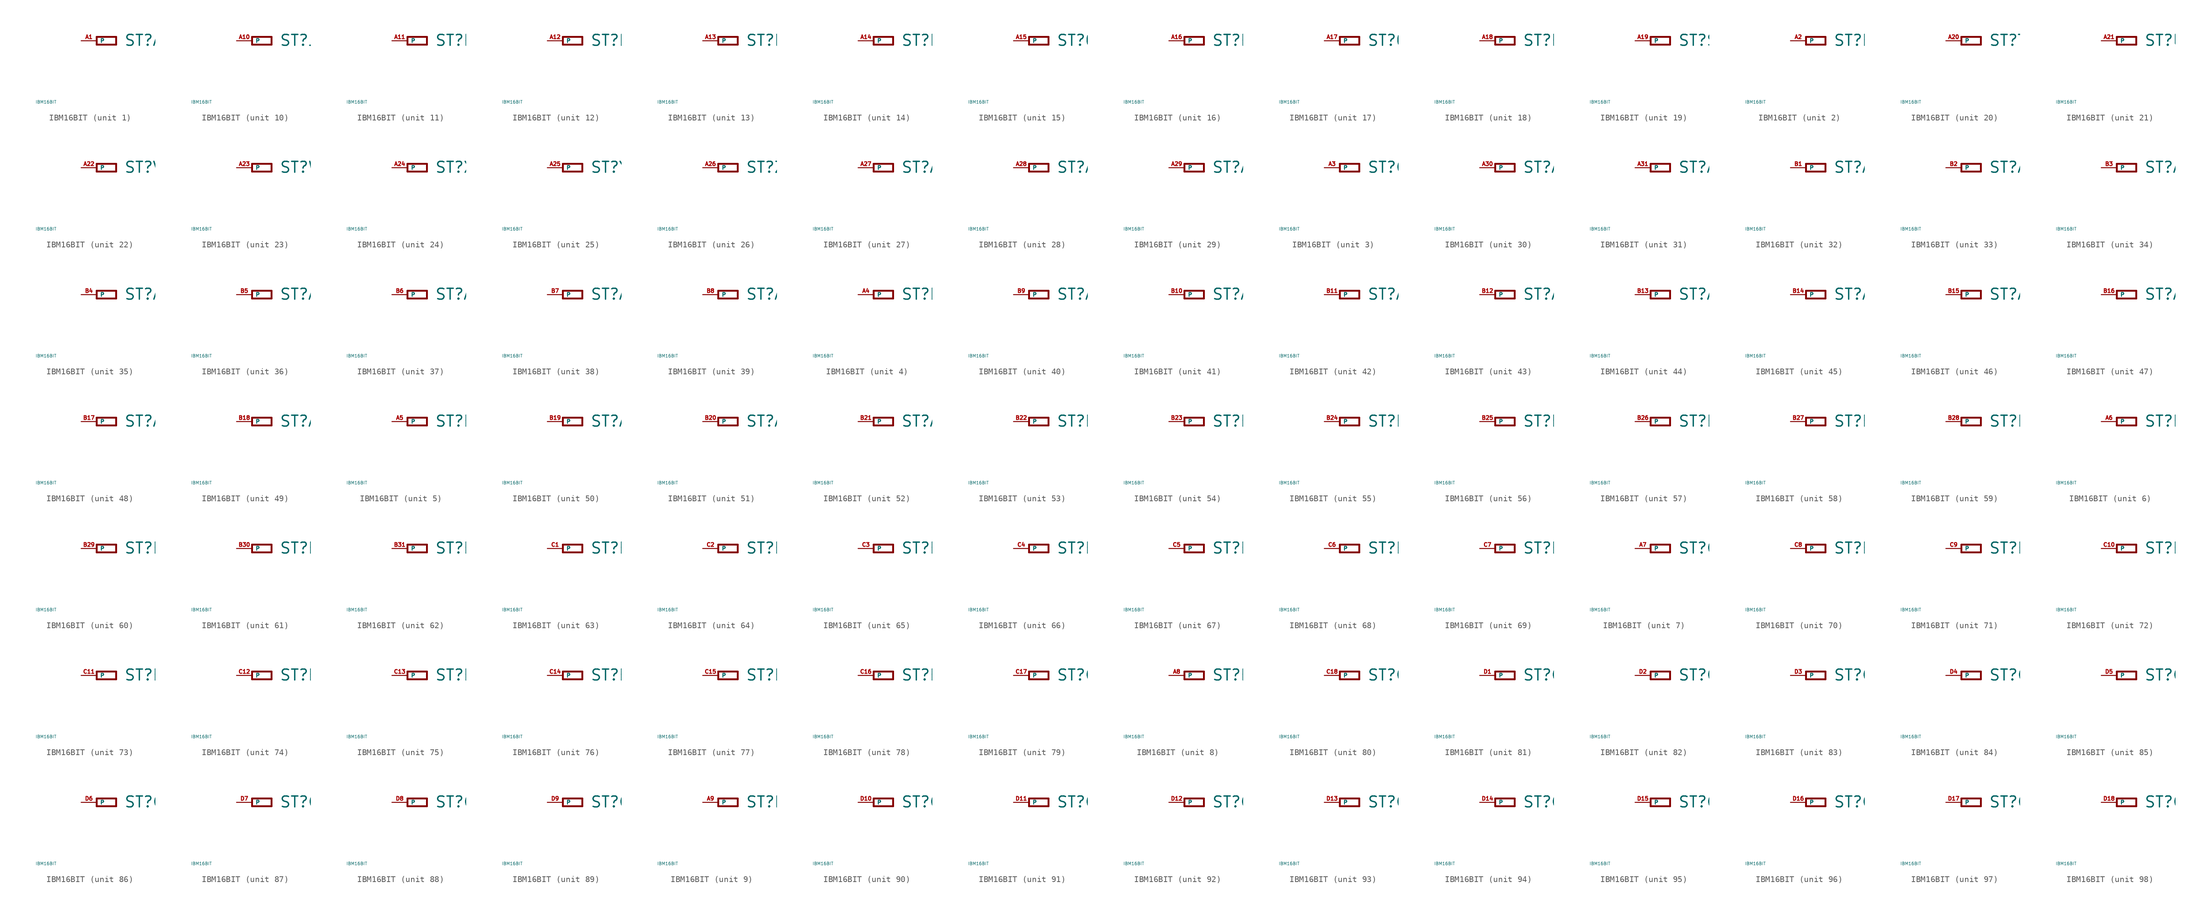
<source format=kicad_sym>
(kicad_symbol_lib
  (version 20220914)
  (generator Eagle2Kicad)
  (symbol "IBM16BIT"
    (property "Reference" "ST"
      (at 4.445 -0.965 0)
      (effects (font (size 1.778 1.778) (thickness 0.22)) (justify left bottom)))
    (property "Value" "IBM16BIT"
      (at -10 -10 0)
      (effects (font (size 0.5 0.5) (thickness 0.06)) (justify left)))
    (symbol "IBM16BIT_1_0"
      (polyline (pts (xy 0 0.635) (xy 3.175 0.635)) (stroke (width 0.305) (type default)) (fill (type none)))
      (polyline (pts (xy 3.175 0.635) (xy 3.175 -0.635)) (stroke (width 0.305) (type default)) (fill (type none)))
      (polyline (pts (xy 3.175 -0.635) (xy 0 -0.635)) (stroke (width 0.305) (type default)) (fill (type none)))
      (polyline (pts (xy 0 -0.635) (xy 0 0.635)) (stroke (width 0.305) (type default)) (fill (type none)))
      (pin bidirectional line (at -2.54 0 0) (length 2.54) (name "P" (effects (font (size 0.635 0.635) (thickness 0.08)) (justify left bottom))) (number "A1" (effects (font (size 0.635 0.635) (thickness 0.08)) (justify left bottom)))))
    (symbol "IBM16BIT_2_0"
      (polyline (pts (xy 0 0.635) (xy 3.175 0.635)) (stroke (width 0.305) (type default)) (fill (type none)))
      (polyline (pts (xy 3.175 0.635) (xy 3.175 -0.635)) (stroke (width 0.305) (type default)) (fill (type none)))
      (polyline (pts (xy 3.175 -0.635) (xy 0 -0.635)) (stroke (width 0.305) (type default)) (fill (type none)))
      (polyline (pts (xy 0 -0.635) (xy 0 0.635)) (stroke (width 0.305) (type default)) (fill (type none)))
      (pin bidirectional line (at -2.54 0 0) (length 2.54) (name "P" (effects (font (size 0.635 0.635) (thickness 0.08)) (justify left bottom))) (number "A2" (effects (font (size 0.635 0.635) (thickness 0.08)) (justify left bottom)))))
    (symbol "IBM16BIT_3_0"
      (polyline (pts (xy 0 0.635) (xy 3.175 0.635)) (stroke (width 0.305) (type default)) (fill (type none)))
      (polyline (pts (xy 3.175 0.635) (xy 3.175 -0.635)) (stroke (width 0.305) (type default)) (fill (type none)))
      (polyline (pts (xy 3.175 -0.635) (xy 0 -0.635)) (stroke (width 0.305) (type default)) (fill (type none)))
      (polyline (pts (xy 0 -0.635) (xy 0 0.635)) (stroke (width 0.305) (type default)) (fill (type none)))
      (pin bidirectional line (at -2.54 0 0) (length 2.54) (name "P" (effects (font (size 0.635 0.635) (thickness 0.08)) (justify left bottom))) (number "A3" (effects (font (size 0.635 0.635) (thickness 0.08)) (justify left bottom)))))
    (symbol "IBM16BIT_4_0"
      (polyline (pts (xy 0 0.635) (xy 3.175 0.635)) (stroke (width 0.305) (type default)) (fill (type none)))
      (polyline (pts (xy 3.175 0.635) (xy 3.175 -0.635)) (stroke (width 0.305) (type default)) (fill (type none)))
      (polyline (pts (xy 3.175 -0.635) (xy 0 -0.635)) (stroke (width 0.305) (type default)) (fill (type none)))
      (polyline (pts (xy 0 -0.635) (xy 0 0.635)) (stroke (width 0.305) (type default)) (fill (type none)))
      (pin bidirectional line (at -2.54 0 0) (length 2.54) (name "P" (effects (font (size 0.635 0.635) (thickness 0.08)) (justify left bottom))) (number "A4" (effects (font (size 0.635 0.635) (thickness 0.08)) (justify left bottom)))))
    (symbol "IBM16BIT_5_0"
      (polyline (pts (xy 0 0.635) (xy 3.175 0.635)) (stroke (width 0.305) (type default)) (fill (type none)))
      (polyline (pts (xy 3.175 0.635) (xy 3.175 -0.635)) (stroke (width 0.305) (type default)) (fill (type none)))
      (polyline (pts (xy 3.175 -0.635) (xy 0 -0.635)) (stroke (width 0.305) (type default)) (fill (type none)))
      (polyline (pts (xy 0 -0.635) (xy 0 0.635)) (stroke (width 0.305) (type default)) (fill (type none)))
      (pin bidirectional line (at -2.54 0 0) (length 2.54) (name "P" (effects (font (size 0.635 0.635) (thickness 0.08)) (justify left bottom))) (number "A5" (effects (font (size 0.635 0.635) (thickness 0.08)) (justify left bottom)))))
    (symbol "IBM16BIT_6_0"
      (polyline (pts (xy 0 0.635) (xy 3.175 0.635)) (stroke (width 0.305) (type default)) (fill (type none)))
      (polyline (pts (xy 3.175 0.635) (xy 3.175 -0.635)) (stroke (width 0.305) (type default)) (fill (type none)))
      (polyline (pts (xy 3.175 -0.635) (xy 0 -0.635)) (stroke (width 0.305) (type default)) (fill (type none)))
      (polyline (pts (xy 0 -0.635) (xy 0 0.635)) (stroke (width 0.305) (type default)) (fill (type none)))
      (pin bidirectional line (at -2.54 0 0) (length 2.54) (name "P" (effects (font (size 0.635 0.635) (thickness 0.08)) (justify left bottom))) (number "A6" (effects (font (size 0.635 0.635) (thickness 0.08)) (justify left bottom)))))
    (symbol "IBM16BIT_7_0"
      (polyline (pts (xy 0 0.635) (xy 3.175 0.635)) (stroke (width 0.305) (type default)) (fill (type none)))
      (polyline (pts (xy 3.175 0.635) (xy 3.175 -0.635)) (stroke (width 0.305) (type default)) (fill (type none)))
      (polyline (pts (xy 3.175 -0.635) (xy 0 -0.635)) (stroke (width 0.305) (type default)) (fill (type none)))
      (polyline (pts (xy 0 -0.635) (xy 0 0.635)) (stroke (width 0.305) (type default)) (fill (type none)))
      (pin bidirectional line (at -2.54 0 0) (length 2.54) (name "P" (effects (font (size 0.635 0.635) (thickness 0.08)) (justify left bottom))) (number "A7" (effects (font (size 0.635 0.635) (thickness 0.08)) (justify left bottom)))))
    (symbol "IBM16BIT_8_0"
      (polyline (pts (xy 0 0.635) (xy 3.175 0.635)) (stroke (width 0.305) (type default)) (fill (type none)))
      (polyline (pts (xy 3.175 0.635) (xy 3.175 -0.635)) (stroke (width 0.305) (type default)) (fill (type none)))
      (polyline (pts (xy 3.175 -0.635) (xy 0 -0.635)) (stroke (width 0.305) (type default)) (fill (type none)))
      (polyline (pts (xy 0 -0.635) (xy 0 0.635)) (stroke (width 0.305) (type default)) (fill (type none)))
      (pin bidirectional line (at -2.54 0 0) (length 2.54) (name "P" (effects (font (size 0.635 0.635) (thickness 0.08)) (justify left bottom))) (number "A8" (effects (font (size 0.635 0.635) (thickness 0.08)) (justify left bottom)))))
    (symbol "IBM16BIT_9_0"
      (polyline (pts (xy 0 0.635) (xy 3.175 0.635)) (stroke (width 0.305) (type default)) (fill (type none)))
      (polyline (pts (xy 3.175 0.635) (xy 3.175 -0.635)) (stroke (width 0.305) (type default)) (fill (type none)))
      (polyline (pts (xy 3.175 -0.635) (xy 0 -0.635)) (stroke (width 0.305) (type default)) (fill (type none)))
      (polyline (pts (xy 0 -0.635) (xy 0 0.635)) (stroke (width 0.305) (type default)) (fill (type none)))
      (pin bidirectional line (at -2.54 0 0) (length 2.54) (name "P" (effects (font (size 0.635 0.635) (thickness 0.08)) (justify left bottom))) (number "A9" (effects (font (size 0.635 0.635) (thickness 0.08)) (justify left bottom)))))
    (symbol "IBM16BIT_10_0"
      (polyline (pts (xy 0 0.635) (xy 3.175 0.635)) (stroke (width 0.305) (type default)) (fill (type none)))
      (polyline (pts (xy 3.175 0.635) (xy 3.175 -0.635)) (stroke (width 0.305) (type default)) (fill (type none)))
      (polyline (pts (xy 3.175 -0.635) (xy 0 -0.635)) (stroke (width 0.305) (type default)) (fill (type none)))
      (polyline (pts (xy 0 -0.635) (xy 0 0.635)) (stroke (width 0.305) (type default)) (fill (type none)))
      (pin bidirectional line (at -2.54 0 0) (length 2.54) (name "P" (effects (font (size 0.635 0.635) (thickness 0.08)) (justify left bottom))) (number "A10" (effects (font (size 0.635 0.635) (thickness 0.08)) (justify left bottom)))))
    (symbol "IBM16BIT_11_0"
      (polyline (pts (xy 0 0.635) (xy 3.175 0.635)) (stroke (width 0.305) (type default)) (fill (type none)))
      (polyline (pts (xy 3.175 0.635) (xy 3.175 -0.635)) (stroke (width 0.305) (type default)) (fill (type none)))
      (polyline (pts (xy 3.175 -0.635) (xy 0 -0.635)) (stroke (width 0.305) (type default)) (fill (type none)))
      (polyline (pts (xy 0 -0.635) (xy 0 0.635)) (stroke (width 0.305) (type default)) (fill (type none)))
      (pin bidirectional line (at -2.54 0 0) (length 2.54) (name "P" (effects (font (size 0.635 0.635) (thickness 0.08)) (justify left bottom))) (number "A11" (effects (font (size 0.635 0.635) (thickness 0.08)) (justify left bottom)))))
    (symbol "IBM16BIT_12_0"
      (polyline (pts (xy 0 0.635) (xy 3.175 0.635)) (stroke (width 0.305) (type default)) (fill (type none)))
      (polyline (pts (xy 3.175 0.635) (xy 3.175 -0.635)) (stroke (width 0.305) (type default)) (fill (type none)))
      (polyline (pts (xy 3.175 -0.635) (xy 0 -0.635)) (stroke (width 0.305) (type default)) (fill (type none)))
      (polyline (pts (xy 0 -0.635) (xy 0 0.635)) (stroke (width 0.305) (type default)) (fill (type none)))
      (pin bidirectional line (at -2.54 0 0) (length 2.54) (name "P" (effects (font (size 0.635 0.635) (thickness 0.08)) (justify left bottom))) (number "A12" (effects (font (size 0.635 0.635) (thickness 0.08)) (justify left bottom)))))
    (symbol "IBM16BIT_13_0"
      (polyline (pts (xy 0 0.635) (xy 3.175 0.635)) (stroke (width 0.305) (type default)) (fill (type none)))
      (polyline (pts (xy 3.175 0.635) (xy 3.175 -0.635)) (stroke (width 0.305) (type default)) (fill (type none)))
      (polyline (pts (xy 3.175 -0.635) (xy 0 -0.635)) (stroke (width 0.305) (type default)) (fill (type none)))
      (polyline (pts (xy 0 -0.635) (xy 0 0.635)) (stroke (width 0.305) (type default)) (fill (type none)))
      (pin bidirectional line (at -2.54 0 0) (length 2.54) (name "P" (effects (font (size 0.635 0.635) (thickness 0.08)) (justify left bottom))) (number "A13" (effects (font (size 0.635 0.635) (thickness 0.08)) (justify left bottom)))))
    (symbol "IBM16BIT_14_0"
      (polyline (pts (xy 0 0.635) (xy 3.175 0.635)) (stroke (width 0.305) (type default)) (fill (type none)))
      (polyline (pts (xy 3.175 0.635) (xy 3.175 -0.635)) (stroke (width 0.305) (type default)) (fill (type none)))
      (polyline (pts (xy 3.175 -0.635) (xy 0 -0.635)) (stroke (width 0.305) (type default)) (fill (type none)))
      (polyline (pts (xy 0 -0.635) (xy 0 0.635)) (stroke (width 0.305) (type default)) (fill (type none)))
      (pin bidirectional line (at -2.54 0 0) (length 2.54) (name "P" (effects (font (size 0.635 0.635) (thickness 0.08)) (justify left bottom))) (number "A14" (effects (font (size 0.635 0.635) (thickness 0.08)) (justify left bottom)))))
    (symbol "IBM16BIT_15_0"
      (polyline (pts (xy 0 0.635) (xy 3.175 0.635)) (stroke (width 0.305) (type default)) (fill (type none)))
      (polyline (pts (xy 3.175 0.635) (xy 3.175 -0.635)) (stroke (width 0.305) (type default)) (fill (type none)))
      (polyline (pts (xy 3.175 -0.635) (xy 0 -0.635)) (stroke (width 0.305) (type default)) (fill (type none)))
      (polyline (pts (xy 0 -0.635) (xy 0 0.635)) (stroke (width 0.305) (type default)) (fill (type none)))
      (pin bidirectional line (at -2.54 0 0) (length 2.54) (name "P" (effects (font (size 0.635 0.635) (thickness 0.08)) (justify left bottom))) (number "A15" (effects (font (size 0.635 0.635) (thickness 0.08)) (justify left bottom)))))
    (symbol "IBM16BIT_16_0"
      (polyline (pts (xy 0 0.635) (xy 3.175 0.635)) (stroke (width 0.305) (type default)) (fill (type none)))
      (polyline (pts (xy 3.175 0.635) (xy 3.175 -0.635)) (stroke (width 0.305) (type default)) (fill (type none)))
      (polyline (pts (xy 3.175 -0.635) (xy 0 -0.635)) (stroke (width 0.305) (type default)) (fill (type none)))
      (polyline (pts (xy 0 -0.635) (xy 0 0.635)) (stroke (width 0.305) (type default)) (fill (type none)))
      (pin bidirectional line (at -2.54 0 0) (length 2.54) (name "P" (effects (font (size 0.635 0.635) (thickness 0.08)) (justify left bottom))) (number "A16" (effects (font (size 0.635 0.635) (thickness 0.08)) (justify left bottom)))))
    (symbol "IBM16BIT_17_0"
      (polyline (pts (xy 0 0.635) (xy 3.175 0.635)) (stroke (width 0.305) (type default)) (fill (type none)))
      (polyline (pts (xy 3.175 0.635) (xy 3.175 -0.635)) (stroke (width 0.305) (type default)) (fill (type none)))
      (polyline (pts (xy 3.175 -0.635) (xy 0 -0.635)) (stroke (width 0.305) (type default)) (fill (type none)))
      (polyline (pts (xy 0 -0.635) (xy 0 0.635)) (stroke (width 0.305) (type default)) (fill (type none)))
      (pin bidirectional line (at -2.54 0 0) (length 2.54) (name "P" (effects (font (size 0.635 0.635) (thickness 0.08)) (justify left bottom))) (number "A17" (effects (font (size 0.635 0.635) (thickness 0.08)) (justify left bottom)))))
    (symbol "IBM16BIT_18_0"
      (polyline (pts (xy 0 0.635) (xy 3.175 0.635)) (stroke (width 0.305) (type default)) (fill (type none)))
      (polyline (pts (xy 3.175 0.635) (xy 3.175 -0.635)) (stroke (width 0.305) (type default)) (fill (type none)))
      (polyline (pts (xy 3.175 -0.635) (xy 0 -0.635)) (stroke (width 0.305) (type default)) (fill (type none)))
      (polyline (pts (xy 0 -0.635) (xy 0 0.635)) (stroke (width 0.305) (type default)) (fill (type none)))
      (pin bidirectional line (at -2.54 0 0) (length 2.54) (name "P" (effects (font (size 0.635 0.635) (thickness 0.08)) (justify left bottom))) (number "A18" (effects (font (size 0.635 0.635) (thickness 0.08)) (justify left bottom)))))
    (symbol "IBM16BIT_19_0"
      (polyline (pts (xy 0 0.635) (xy 3.175 0.635)) (stroke (width 0.305) (type default)) (fill (type none)))
      (polyline (pts (xy 3.175 0.635) (xy 3.175 -0.635)) (stroke (width 0.305) (type default)) (fill (type none)))
      (polyline (pts (xy 3.175 -0.635) (xy 0 -0.635)) (stroke (width 0.305) (type default)) (fill (type none)))
      (polyline (pts (xy 0 -0.635) (xy 0 0.635)) (stroke (width 0.305) (type default)) (fill (type none)))
      (pin bidirectional line (at -2.54 0 0) (length 2.54) (name "P" (effects (font (size 0.635 0.635) (thickness 0.08)) (justify left bottom))) (number "A19" (effects (font (size 0.635 0.635) (thickness 0.08)) (justify left bottom)))))
    (symbol "IBM16BIT_20_0"
      (polyline (pts (xy 0 0.635) (xy 3.175 0.635)) (stroke (width 0.305) (type default)) (fill (type none)))
      (polyline (pts (xy 3.175 0.635) (xy 3.175 -0.635)) (stroke (width 0.305) (type default)) (fill (type none)))
      (polyline (pts (xy 3.175 -0.635) (xy 0 -0.635)) (stroke (width 0.305) (type default)) (fill (type none)))
      (polyline (pts (xy 0 -0.635) (xy 0 0.635)) (stroke (width 0.305) (type default)) (fill (type none)))
      (pin bidirectional line (at -2.54 0 0) (length 2.54) (name "P" (effects (font (size 0.635 0.635) (thickness 0.08)) (justify left bottom))) (number "A20" (effects (font (size 0.635 0.635) (thickness 0.08)) (justify left bottom)))))
    (symbol "IBM16BIT_21_0"
      (polyline (pts (xy 0 0.635) (xy 3.175 0.635)) (stroke (width 0.305) (type default)) (fill (type none)))
      (polyline (pts (xy 3.175 0.635) (xy 3.175 -0.635)) (stroke (width 0.305) (type default)) (fill (type none)))
      (polyline (pts (xy 3.175 -0.635) (xy 0 -0.635)) (stroke (width 0.305) (type default)) (fill (type none)))
      (polyline (pts (xy 0 -0.635) (xy 0 0.635)) (stroke (width 0.305) (type default)) (fill (type none)))
      (pin bidirectional line (at -2.54 0 0) (length 2.54) (name "P" (effects (font (size 0.635 0.635) (thickness 0.08)) (justify left bottom))) (number "A21" (effects (font (size 0.635 0.635) (thickness 0.08)) (justify left bottom)))))
    (symbol "IBM16BIT_22_0"
      (polyline (pts (xy 0 0.635) (xy 3.175 0.635)) (stroke (width 0.305) (type default)) (fill (type none)))
      (polyline (pts (xy 3.175 0.635) (xy 3.175 -0.635)) (stroke (width 0.305) (type default)) (fill (type none)))
      (polyline (pts (xy 3.175 -0.635) (xy 0 -0.635)) (stroke (width 0.305) (type default)) (fill (type none)))
      (polyline (pts (xy 0 -0.635) (xy 0 0.635)) (stroke (width 0.305) (type default)) (fill (type none)))
      (pin bidirectional line (at -2.54 0 0) (length 2.54) (name "P" (effects (font (size 0.635 0.635) (thickness 0.08)) (justify left bottom))) (number "A22" (effects (font (size 0.635 0.635) (thickness 0.08)) (justify left bottom)))))
    (symbol "IBM16BIT_23_0"
      (polyline (pts (xy 0 0.635) (xy 3.175 0.635)) (stroke (width 0.305) (type default)) (fill (type none)))
      (polyline (pts (xy 3.175 0.635) (xy 3.175 -0.635)) (stroke (width 0.305) (type default)) (fill (type none)))
      (polyline (pts (xy 3.175 -0.635) (xy 0 -0.635)) (stroke (width 0.305) (type default)) (fill (type none)))
      (polyline (pts (xy 0 -0.635) (xy 0 0.635)) (stroke (width 0.305) (type default)) (fill (type none)))
      (pin bidirectional line (at -2.54 0 0) (length 2.54) (name "P" (effects (font (size 0.635 0.635) (thickness 0.08)) (justify left bottom))) (number "A23" (effects (font (size 0.635 0.635) (thickness 0.08)) (justify left bottom)))))
    (symbol "IBM16BIT_24_0"
      (polyline (pts (xy 0 0.635) (xy 3.175 0.635)) (stroke (width 0.305) (type default)) (fill (type none)))
      (polyline (pts (xy 3.175 0.635) (xy 3.175 -0.635)) (stroke (width 0.305) (type default)) (fill (type none)))
      (polyline (pts (xy 3.175 -0.635) (xy 0 -0.635)) (stroke (width 0.305) (type default)) (fill (type none)))
      (polyline (pts (xy 0 -0.635) (xy 0 0.635)) (stroke (width 0.305) (type default)) (fill (type none)))
      (pin bidirectional line (at -2.54 0 0) (length 2.54) (name "P" (effects (font (size 0.635 0.635) (thickness 0.08)) (justify left bottom))) (number "A24" (effects (font (size 0.635 0.635) (thickness 0.08)) (justify left bottom)))))
    (symbol "IBM16BIT_25_0"
      (polyline (pts (xy 0 0.635) (xy 3.175 0.635)) (stroke (width 0.305) (type default)) (fill (type none)))
      (polyline (pts (xy 3.175 0.635) (xy 3.175 -0.635)) (stroke (width 0.305) (type default)) (fill (type none)))
      (polyline (pts (xy 3.175 -0.635) (xy 0 -0.635)) (stroke (width 0.305) (type default)) (fill (type none)))
      (polyline (pts (xy 0 -0.635) (xy 0 0.635)) (stroke (width 0.305) (type default)) (fill (type none)))
      (pin bidirectional line (at -2.54 0 0) (length 2.54) (name "P" (effects (font (size 0.635 0.635) (thickness 0.08)) (justify left bottom))) (number "A25" (effects (font (size 0.635 0.635) (thickness 0.08)) (justify left bottom)))))
    (symbol "IBM16BIT_26_0"
      (polyline (pts (xy 0 0.635) (xy 3.175 0.635)) (stroke (width 0.305) (type default)) (fill (type none)))
      (polyline (pts (xy 3.175 0.635) (xy 3.175 -0.635)) (stroke (width 0.305) (type default)) (fill (type none)))
      (polyline (pts (xy 3.175 -0.635) (xy 0 -0.635)) (stroke (width 0.305) (type default)) (fill (type none)))
      (polyline (pts (xy 0 -0.635) (xy 0 0.635)) (stroke (width 0.305) (type default)) (fill (type none)))
      (pin bidirectional line (at -2.54 0 0) (length 2.54) (name "P" (effects (font (size 0.635 0.635) (thickness 0.08)) (justify left bottom))) (number "A26" (effects (font (size 0.635 0.635) (thickness 0.08)) (justify left bottom)))))
    (symbol "IBM16BIT_27_0"
      (polyline (pts (xy 0 0.635) (xy 3.175 0.635)) (stroke (width 0.305) (type default)) (fill (type none)))
      (polyline (pts (xy 3.175 0.635) (xy 3.175 -0.635)) (stroke (width 0.305) (type default)) (fill (type none)))
      (polyline (pts (xy 3.175 -0.635) (xy 0 -0.635)) (stroke (width 0.305) (type default)) (fill (type none)))
      (polyline (pts (xy 0 -0.635) (xy 0 0.635)) (stroke (width 0.305) (type default)) (fill (type none)))
      (pin bidirectional line (at -2.54 0 0) (length 2.54) (name "P" (effects (font (size 0.635 0.635) (thickness 0.08)) (justify left bottom))) (number "A27" (effects (font (size 0.635 0.635) (thickness 0.08)) (justify left bottom)))))
    (symbol "IBM16BIT_28_0"
      (polyline (pts (xy 0 0.635) (xy 3.175 0.635)) (stroke (width 0.305) (type default)) (fill (type none)))
      (polyline (pts (xy 3.175 0.635) (xy 3.175 -0.635)) (stroke (width 0.305) (type default)) (fill (type none)))
      (polyline (pts (xy 3.175 -0.635) (xy 0 -0.635)) (stroke (width 0.305) (type default)) (fill (type none)))
      (polyline (pts (xy 0 -0.635) (xy 0 0.635)) (stroke (width 0.305) (type default)) (fill (type none)))
      (pin bidirectional line (at -2.54 0 0) (length 2.54) (name "P" (effects (font (size 0.635 0.635) (thickness 0.08)) (justify left bottom))) (number "A28" (effects (font (size 0.635 0.635) (thickness 0.08)) (justify left bottom)))))
    (symbol "IBM16BIT_29_0"
      (polyline (pts (xy 0 0.635) (xy 3.175 0.635)) (stroke (width 0.305) (type default)) (fill (type none)))
      (polyline (pts (xy 3.175 0.635) (xy 3.175 -0.635)) (stroke (width 0.305) (type default)) (fill (type none)))
      (polyline (pts (xy 3.175 -0.635) (xy 0 -0.635)) (stroke (width 0.305) (type default)) (fill (type none)))
      (polyline (pts (xy 0 -0.635) (xy 0 0.635)) (stroke (width 0.305) (type default)) (fill (type none)))
      (pin bidirectional line (at -2.54 0 0) (length 2.54) (name "P" (effects (font (size 0.635 0.635) (thickness 0.08)) (justify left bottom))) (number "A29" (effects (font (size 0.635 0.635) (thickness 0.08)) (justify left bottom)))))
    (symbol "IBM16BIT_30_0"
      (polyline (pts (xy 0 0.635) (xy 3.175 0.635)) (stroke (width 0.305) (type default)) (fill (type none)))
      (polyline (pts (xy 3.175 0.635) (xy 3.175 -0.635)) (stroke (width 0.305) (type default)) (fill (type none)))
      (polyline (pts (xy 3.175 -0.635) (xy 0 -0.635)) (stroke (width 0.305) (type default)) (fill (type none)))
      (polyline (pts (xy 0 -0.635) (xy 0 0.635)) (stroke (width 0.305) (type default)) (fill (type none)))
      (pin bidirectional line (at -2.54 0 0) (length 2.54) (name "P" (effects (font (size 0.635 0.635) (thickness 0.08)) (justify left bottom))) (number "A30" (effects (font (size 0.635 0.635) (thickness 0.08)) (justify left bottom)))))
    (symbol "IBM16BIT_31_0"
      (polyline (pts (xy 0 0.635) (xy 3.175 0.635)) (stroke (width 0.305) (type default)) (fill (type none)))
      (polyline (pts (xy 3.175 0.635) (xy 3.175 -0.635)) (stroke (width 0.305) (type default)) (fill (type none)))
      (polyline (pts (xy 3.175 -0.635) (xy 0 -0.635)) (stroke (width 0.305) (type default)) (fill (type none)))
      (polyline (pts (xy 0 -0.635) (xy 0 0.635)) (stroke (width 0.305) (type default)) (fill (type none)))
      (pin bidirectional line (at -2.54 0 0) (length 2.54) (name "P" (effects (font (size 0.635 0.635) (thickness 0.08)) (justify left bottom))) (number "A31" (effects (font (size 0.635 0.635) (thickness 0.08)) (justify left bottom)))))
    (symbol "IBM16BIT_32_0"
      (polyline (pts (xy 0 0.635) (xy 3.175 0.635)) (stroke (width 0.305) (type default)) (fill (type none)))
      (polyline (pts (xy 3.175 0.635) (xy 3.175 -0.635)) (stroke (width 0.305) (type default)) (fill (type none)))
      (polyline (pts (xy 3.175 -0.635) (xy 0 -0.635)) (stroke (width 0.305) (type default)) (fill (type none)))
      (polyline (pts (xy 0 -0.635) (xy 0 0.635)) (stroke (width 0.305) (type default)) (fill (type none)))
      (pin bidirectional line (at -2.54 0 0) (length 2.54) (name "P" (effects (font (size 0.635 0.635) (thickness 0.08)) (justify left bottom))) (number "B1" (effects (font (size 0.635 0.635) (thickness 0.08)) (justify left bottom)))))
    (symbol "IBM16BIT_33_0"
      (polyline (pts (xy 0 0.635) (xy 3.175 0.635)) (stroke (width 0.305) (type default)) (fill (type none)))
      (polyline (pts (xy 3.175 0.635) (xy 3.175 -0.635)) (stroke (width 0.305) (type default)) (fill (type none)))
      (polyline (pts (xy 3.175 -0.635) (xy 0 -0.635)) (stroke (width 0.305) (type default)) (fill (type none)))
      (polyline (pts (xy 0 -0.635) (xy 0 0.635)) (stroke (width 0.305) (type default)) (fill (type none)))
      (pin bidirectional line (at -2.54 0 0) (length 2.54) (name "P" (effects (font (size 0.635 0.635) (thickness 0.08)) (justify left bottom))) (number "B2" (effects (font (size 0.635 0.635) (thickness 0.08)) (justify left bottom)))))
    (symbol "IBM16BIT_34_0"
      (polyline (pts (xy 0 0.635) (xy 3.175 0.635)) (stroke (width 0.305) (type default)) (fill (type none)))
      (polyline (pts (xy 3.175 0.635) (xy 3.175 -0.635)) (stroke (width 0.305) (type default)) (fill (type none)))
      (polyline (pts (xy 3.175 -0.635) (xy 0 -0.635)) (stroke (width 0.305) (type default)) (fill (type none)))
      (polyline (pts (xy 0 -0.635) (xy 0 0.635)) (stroke (width 0.305) (type default)) (fill (type none)))
      (pin bidirectional line (at -2.54 0 0) (length 2.54) (name "P" (effects (font (size 0.635 0.635) (thickness 0.08)) (justify left bottom))) (number "B3" (effects (font (size 0.635 0.635) (thickness 0.08)) (justify left bottom)))))
    (symbol "IBM16BIT_35_0"
      (polyline (pts (xy 0 0.635) (xy 3.175 0.635)) (stroke (width 0.305) (type default)) (fill (type none)))
      (polyline (pts (xy 3.175 0.635) (xy 3.175 -0.635)) (stroke (width 0.305) (type default)) (fill (type none)))
      (polyline (pts (xy 3.175 -0.635) (xy 0 -0.635)) (stroke (width 0.305) (type default)) (fill (type none)))
      (polyline (pts (xy 0 -0.635) (xy 0 0.635)) (stroke (width 0.305) (type default)) (fill (type none)))
      (pin bidirectional line (at -2.54 0 0) (length 2.54) (name "P" (effects (font (size 0.635 0.635) (thickness 0.08)) (justify left bottom))) (number "B4" (effects (font (size 0.635 0.635) (thickness 0.08)) (justify left bottom)))))
    (symbol "IBM16BIT_36_0"
      (polyline (pts (xy 0 0.635) (xy 3.175 0.635)) (stroke (width 0.305) (type default)) (fill (type none)))
      (polyline (pts (xy 3.175 0.635) (xy 3.175 -0.635)) (stroke (width 0.305) (type default)) (fill (type none)))
      (polyline (pts (xy 3.175 -0.635) (xy 0 -0.635)) (stroke (width 0.305) (type default)) (fill (type none)))
      (polyline (pts (xy 0 -0.635) (xy 0 0.635)) (stroke (width 0.305) (type default)) (fill (type none)))
      (pin bidirectional line (at -2.54 0 0) (length 2.54) (name "P" (effects (font (size 0.635 0.635) (thickness 0.08)) (justify left bottom))) (number "B5" (effects (font (size 0.635 0.635) (thickness 0.08)) (justify left bottom)))))
    (symbol "IBM16BIT_37_0"
      (polyline (pts (xy 0 0.635) (xy 3.175 0.635)) (stroke (width 0.305) (type default)) (fill (type none)))
      (polyline (pts (xy 3.175 0.635) (xy 3.175 -0.635)) (stroke (width 0.305) (type default)) (fill (type none)))
      (polyline (pts (xy 3.175 -0.635) (xy 0 -0.635)) (stroke (width 0.305) (type default)) (fill (type none)))
      (polyline (pts (xy 0 -0.635) (xy 0 0.635)) (stroke (width 0.305) (type default)) (fill (type none)))
      (pin bidirectional line (at -2.54 0 0) (length 2.54) (name "P" (effects (font (size 0.635 0.635) (thickness 0.08)) (justify left bottom))) (number "B6" (effects (font (size 0.635 0.635) (thickness 0.08)) (justify left bottom)))))
    (symbol "IBM16BIT_38_0"
      (polyline (pts (xy 0 0.635) (xy 3.175 0.635)) (stroke (width 0.305) (type default)) (fill (type none)))
      (polyline (pts (xy 3.175 0.635) (xy 3.175 -0.635)) (stroke (width 0.305) (type default)) (fill (type none)))
      (polyline (pts (xy 3.175 -0.635) (xy 0 -0.635)) (stroke (width 0.305) (type default)) (fill (type none)))
      (polyline (pts (xy 0 -0.635) (xy 0 0.635)) (stroke (width 0.305) (type default)) (fill (type none)))
      (pin bidirectional line (at -2.54 0 0) (length 2.54) (name "P" (effects (font (size 0.635 0.635) (thickness 0.08)) (justify left bottom))) (number "B7" (effects (font (size 0.635 0.635) (thickness 0.08)) (justify left bottom)))))
    (symbol "IBM16BIT_39_0"
      (polyline (pts (xy 0 0.635) (xy 3.175 0.635)) (stroke (width 0.305) (type default)) (fill (type none)))
      (polyline (pts (xy 3.175 0.635) (xy 3.175 -0.635)) (stroke (width 0.305) (type default)) (fill (type none)))
      (polyline (pts (xy 3.175 -0.635) (xy 0 -0.635)) (stroke (width 0.305) (type default)) (fill (type none)))
      (polyline (pts (xy 0 -0.635) (xy 0 0.635)) (stroke (width 0.305) (type default)) (fill (type none)))
      (pin bidirectional line (at -2.54 0 0) (length 2.54) (name "P" (effects (font (size 0.635 0.635) (thickness 0.08)) (justify left bottom))) (number "B8" (effects (font (size 0.635 0.635) (thickness 0.08)) (justify left bottom)))))
    (symbol "IBM16BIT_40_0"
      (polyline (pts (xy 0 0.635) (xy 3.175 0.635)) (stroke (width 0.305) (type default)) (fill (type none)))
      (polyline (pts (xy 3.175 0.635) (xy 3.175 -0.635)) (stroke (width 0.305) (type default)) (fill (type none)))
      (polyline (pts (xy 3.175 -0.635) (xy 0 -0.635)) (stroke (width 0.305) (type default)) (fill (type none)))
      (polyline (pts (xy 0 -0.635) (xy 0 0.635)) (stroke (width 0.305) (type default)) (fill (type none)))
      (pin bidirectional line (at -2.54 0 0) (length 2.54) (name "P" (effects (font (size 0.635 0.635) (thickness 0.08)) (justify left bottom))) (number "B9" (effects (font (size 0.635 0.635) (thickness 0.08)) (justify left bottom)))))
    (symbol "IBM16BIT_41_0"
      (polyline (pts (xy 0 0.635) (xy 3.175 0.635)) (stroke (width 0.305) (type default)) (fill (type none)))
      (polyline (pts (xy 3.175 0.635) (xy 3.175 -0.635)) (stroke (width 0.305) (type default)) (fill (type none)))
      (polyline (pts (xy 3.175 -0.635) (xy 0 -0.635)) (stroke (width 0.305) (type default)) (fill (type none)))
      (polyline (pts (xy 0 -0.635) (xy 0 0.635)) (stroke (width 0.305) (type default)) (fill (type none)))
      (pin bidirectional line (at -2.54 0 0) (length 2.54) (name "P" (effects (font (size 0.635 0.635) (thickness 0.08)) (justify left bottom))) (number "B10" (effects (font (size 0.635 0.635) (thickness 0.08)) (justify left bottom)))))
    (symbol "IBM16BIT_42_0"
      (polyline (pts (xy 0 0.635) (xy 3.175 0.635)) (stroke (width 0.305) (type default)) (fill (type none)))
      (polyline (pts (xy 3.175 0.635) (xy 3.175 -0.635)) (stroke (width 0.305) (type default)) (fill (type none)))
      (polyline (pts (xy 3.175 -0.635) (xy 0 -0.635)) (stroke (width 0.305) (type default)) (fill (type none)))
      (polyline (pts (xy 0 -0.635) (xy 0 0.635)) (stroke (width 0.305) (type default)) (fill (type none)))
      (pin bidirectional line (at -2.54 0 0) (length 2.54) (name "P" (effects (font (size 0.635 0.635) (thickness 0.08)) (justify left bottom))) (number "B11" (effects (font (size 0.635 0.635) (thickness 0.08)) (justify left bottom)))))
    (symbol "IBM16BIT_43_0"
      (polyline (pts (xy 0 0.635) (xy 3.175 0.635)) (stroke (width 0.305) (type default)) (fill (type none)))
      (polyline (pts (xy 3.175 0.635) (xy 3.175 -0.635)) (stroke (width 0.305) (type default)) (fill (type none)))
      (polyline (pts (xy 3.175 -0.635) (xy 0 -0.635)) (stroke (width 0.305) (type default)) (fill (type none)))
      (polyline (pts (xy 0 -0.635) (xy 0 0.635)) (stroke (width 0.305) (type default)) (fill (type none)))
      (pin bidirectional line (at -2.54 0 0) (length 2.54) (name "P" (effects (font (size 0.635 0.635) (thickness 0.08)) (justify left bottom))) (number "B12" (effects (font (size 0.635 0.635) (thickness 0.08)) (justify left bottom)))))
    (symbol "IBM16BIT_44_0"
      (polyline (pts (xy 0 0.635) (xy 3.175 0.635)) (stroke (width 0.305) (type default)) (fill (type none)))
      (polyline (pts (xy 3.175 0.635) (xy 3.175 -0.635)) (stroke (width 0.305) (type default)) (fill (type none)))
      (polyline (pts (xy 3.175 -0.635) (xy 0 -0.635)) (stroke (width 0.305) (type default)) (fill (type none)))
      (polyline (pts (xy 0 -0.635) (xy 0 0.635)) (stroke (width 0.305) (type default)) (fill (type none)))
      (pin bidirectional line (at -2.54 0 0) (length 2.54) (name "P" (effects (font (size 0.635 0.635) (thickness 0.08)) (justify left bottom))) (number "B13" (effects (font (size 0.635 0.635) (thickness 0.08)) (justify left bottom)))))
    (symbol "IBM16BIT_45_0"
      (polyline (pts (xy 0 0.635) (xy 3.175 0.635)) (stroke (width 0.305) (type default)) (fill (type none)))
      (polyline (pts (xy 3.175 0.635) (xy 3.175 -0.635)) (stroke (width 0.305) (type default)) (fill (type none)))
      (polyline (pts (xy 3.175 -0.635) (xy 0 -0.635)) (stroke (width 0.305) (type default)) (fill (type none)))
      (polyline (pts (xy 0 -0.635) (xy 0 0.635)) (stroke (width 0.305) (type default)) (fill (type none)))
      (pin bidirectional line (at -2.54 0 0) (length 2.54) (name "P" (effects (font (size 0.635 0.635) (thickness 0.08)) (justify left bottom))) (number "B14" (effects (font (size 0.635 0.635) (thickness 0.08)) (justify left bottom)))))
    (symbol "IBM16BIT_46_0"
      (polyline (pts (xy 0 0.635) (xy 3.175 0.635)) (stroke (width 0.305) (type default)) (fill (type none)))
      (polyline (pts (xy 3.175 0.635) (xy 3.175 -0.635)) (stroke (width 0.305) (type default)) (fill (type none)))
      (polyline (pts (xy 3.175 -0.635) (xy 0 -0.635)) (stroke (width 0.305) (type default)) (fill (type none)))
      (polyline (pts (xy 0 -0.635) (xy 0 0.635)) (stroke (width 0.305) (type default)) (fill (type none)))
      (pin bidirectional line (at -2.54 0 0) (length 2.54) (name "P" (effects (font (size 0.635 0.635) (thickness 0.08)) (justify left bottom))) (number "B15" (effects (font (size 0.635 0.635) (thickness 0.08)) (justify left bottom)))))
    (symbol "IBM16BIT_47_0"
      (polyline (pts (xy 0 0.635) (xy 3.175 0.635)) (stroke (width 0.305) (type default)) (fill (type none)))
      (polyline (pts (xy 3.175 0.635) (xy 3.175 -0.635)) (stroke (width 0.305) (type default)) (fill (type none)))
      (polyline (pts (xy 3.175 -0.635) (xy 0 -0.635)) (stroke (width 0.305) (type default)) (fill (type none)))
      (polyline (pts (xy 0 -0.635) (xy 0 0.635)) (stroke (width 0.305) (type default)) (fill (type none)))
      (pin bidirectional line (at -2.54 0 0) (length 2.54) (name "P" (effects (font (size 0.635 0.635) (thickness 0.08)) (justify left bottom))) (number "B16" (effects (font (size 0.635 0.635) (thickness 0.08)) (justify left bottom)))))
    (symbol "IBM16BIT_48_0"
      (polyline (pts (xy 0 0.635) (xy 3.175 0.635)) (stroke (width 0.305) (type default)) (fill (type none)))
      (polyline (pts (xy 3.175 0.635) (xy 3.175 -0.635)) (stroke (width 0.305) (type default)) (fill (type none)))
      (polyline (pts (xy 3.175 -0.635) (xy 0 -0.635)) (stroke (width 0.305) (type default)) (fill (type none)))
      (polyline (pts (xy 0 -0.635) (xy 0 0.635)) (stroke (width 0.305) (type default)) (fill (type none)))
      (pin bidirectional line (at -2.54 0 0) (length 2.54) (name "P" (effects (font (size 0.635 0.635) (thickness 0.08)) (justify left bottom))) (number "B17" (effects (font (size 0.635 0.635) (thickness 0.08)) (justify left bottom)))))
    (symbol "IBM16BIT_49_0"
      (polyline (pts (xy 0 0.635) (xy 3.175 0.635)) (stroke (width 0.305) (type default)) (fill (type none)))
      (polyline (pts (xy 3.175 0.635) (xy 3.175 -0.635)) (stroke (width 0.305) (type default)) (fill (type none)))
      (polyline (pts (xy 3.175 -0.635) (xy 0 -0.635)) (stroke (width 0.305) (type default)) (fill (type none)))
      (polyline (pts (xy 0 -0.635) (xy 0 0.635)) (stroke (width 0.305) (type default)) (fill (type none)))
      (pin bidirectional line (at -2.54 0 0) (length 2.54) (name "P" (effects (font (size 0.635 0.635) (thickness 0.08)) (justify left bottom))) (number "B18" (effects (font (size 0.635 0.635) (thickness 0.08)) (justify left bottom)))))
    (symbol "IBM16BIT_50_0"
      (polyline (pts (xy 0 0.635) (xy 3.175 0.635)) (stroke (width 0.305) (type default)) (fill (type none)))
      (polyline (pts (xy 3.175 0.635) (xy 3.175 -0.635)) (stroke (width 0.305) (type default)) (fill (type none)))
      (polyline (pts (xy 3.175 -0.635) (xy 0 -0.635)) (stroke (width 0.305) (type default)) (fill (type none)))
      (polyline (pts (xy 0 -0.635) (xy 0 0.635)) (stroke (width 0.305) (type default)) (fill (type none)))
      (pin bidirectional line (at -2.54 0 0) (length 2.54) (name "P" (effects (font (size 0.635 0.635) (thickness 0.08)) (justify left bottom))) (number "B19" (effects (font (size 0.635 0.635) (thickness 0.08)) (justify left bottom)))))
    (symbol "IBM16BIT_51_0"
      (polyline (pts (xy 0 0.635) (xy 3.175 0.635)) (stroke (width 0.305) (type default)) (fill (type none)))
      (polyline (pts (xy 3.175 0.635) (xy 3.175 -0.635)) (stroke (width 0.305) (type default)) (fill (type none)))
      (polyline (pts (xy 3.175 -0.635) (xy 0 -0.635)) (stroke (width 0.305) (type default)) (fill (type none)))
      (polyline (pts (xy 0 -0.635) (xy 0 0.635)) (stroke (width 0.305) (type default)) (fill (type none)))
      (pin bidirectional line (at -2.54 0 0) (length 2.54) (name "P" (effects (font (size 0.635 0.635) (thickness 0.08)) (justify left bottom))) (number "B20" (effects (font (size 0.635 0.635) (thickness 0.08)) (justify left bottom)))))
    (symbol "IBM16BIT_52_0"
      (polyline (pts (xy 0 0.635) (xy 3.175 0.635)) (stroke (width 0.305) (type default)) (fill (type none)))
      (polyline (pts (xy 3.175 0.635) (xy 3.175 -0.635)) (stroke (width 0.305) (type default)) (fill (type none)))
      (polyline (pts (xy 3.175 -0.635) (xy 0 -0.635)) (stroke (width 0.305) (type default)) (fill (type none)))
      (polyline (pts (xy 0 -0.635) (xy 0 0.635)) (stroke (width 0.305) (type default)) (fill (type none)))
      (pin bidirectional line (at -2.54 0 0) (length 2.54) (name "P" (effects (font (size 0.635 0.635) (thickness 0.08)) (justify left bottom))) (number "B21" (effects (font (size 0.635 0.635) (thickness 0.08)) (justify left bottom)))))
    (symbol "IBM16BIT_53_0"
      (polyline (pts (xy 0 0.635) (xy 3.175 0.635)) (stroke (width 0.305) (type default)) (fill (type none)))
      (polyline (pts (xy 3.175 0.635) (xy 3.175 -0.635)) (stroke (width 0.305) (type default)) (fill (type none)))
      (polyline (pts (xy 3.175 -0.635) (xy 0 -0.635)) (stroke (width 0.305) (type default)) (fill (type none)))
      (polyline (pts (xy 0 -0.635) (xy 0 0.635)) (stroke (width 0.305) (type default)) (fill (type none)))
      (pin bidirectional line (at -2.54 0 0) (length 2.54) (name "P" (effects (font (size 0.635 0.635) (thickness 0.08)) (justify left bottom))) (number "B22" (effects (font (size 0.635 0.635) (thickness 0.08)) (justify left bottom)))))
    (symbol "IBM16BIT_54_0"
      (polyline (pts (xy 0 0.635) (xy 3.175 0.635)) (stroke (width 0.305) (type default)) (fill (type none)))
      (polyline (pts (xy 3.175 0.635) (xy 3.175 -0.635)) (stroke (width 0.305) (type default)) (fill (type none)))
      (polyline (pts (xy 3.175 -0.635) (xy 0 -0.635)) (stroke (width 0.305) (type default)) (fill (type none)))
      (polyline (pts (xy 0 -0.635) (xy 0 0.635)) (stroke (width 0.305) (type default)) (fill (type none)))
      (pin bidirectional line (at -2.54 0 0) (length 2.54) (name "P" (effects (font (size 0.635 0.635) (thickness 0.08)) (justify left bottom))) (number "B23" (effects (font (size 0.635 0.635) (thickness 0.08)) (justify left bottom)))))
    (symbol "IBM16BIT_55_0"
      (polyline (pts (xy 0 0.635) (xy 3.175 0.635)) (stroke (width 0.305) (type default)) (fill (type none)))
      (polyline (pts (xy 3.175 0.635) (xy 3.175 -0.635)) (stroke (width 0.305) (type default)) (fill (type none)))
      (polyline (pts (xy 3.175 -0.635) (xy 0 -0.635)) (stroke (width 0.305) (type default)) (fill (type none)))
      (polyline (pts (xy 0 -0.635) (xy 0 0.635)) (stroke (width 0.305) (type default)) (fill (type none)))
      (pin bidirectional line (at -2.54 0 0) (length 2.54) (name "P" (effects (font (size 0.635 0.635) (thickness 0.08)) (justify left bottom))) (number "B24" (effects (font (size 0.635 0.635) (thickness 0.08)) (justify left bottom)))))
    (symbol "IBM16BIT_56_0"
      (polyline (pts (xy 0 0.635) (xy 3.175 0.635)) (stroke (width 0.305) (type default)) (fill (type none)))
      (polyline (pts (xy 3.175 0.635) (xy 3.175 -0.635)) (stroke (width 0.305) (type default)) (fill (type none)))
      (polyline (pts (xy 3.175 -0.635) (xy 0 -0.635)) (stroke (width 0.305) (type default)) (fill (type none)))
      (polyline (pts (xy 0 -0.635) (xy 0 0.635)) (stroke (width 0.305) (type default)) (fill (type none)))
      (pin bidirectional line (at -2.54 0 0) (length 2.54) (name "P" (effects (font (size 0.635 0.635) (thickness 0.08)) (justify left bottom))) (number "B25" (effects (font (size 0.635 0.635) (thickness 0.08)) (justify left bottom)))))
    (symbol "IBM16BIT_57_0"
      (polyline (pts (xy 0 0.635) (xy 3.175 0.635)) (stroke (width 0.305) (type default)) (fill (type none)))
      (polyline (pts (xy 3.175 0.635) (xy 3.175 -0.635)) (stroke (width 0.305) (type default)) (fill (type none)))
      (polyline (pts (xy 3.175 -0.635) (xy 0 -0.635)) (stroke (width 0.305) (type default)) (fill (type none)))
      (polyline (pts (xy 0 -0.635) (xy 0 0.635)) (stroke (width 0.305) (type default)) (fill (type none)))
      (pin bidirectional line (at -2.54 0 0) (length 2.54) (name "P" (effects (font (size 0.635 0.635) (thickness 0.08)) (justify left bottom))) (number "B26" (effects (font (size 0.635 0.635) (thickness 0.08)) (justify left bottom)))))
    (symbol "IBM16BIT_58_0"
      (polyline (pts (xy 0 0.635) (xy 3.175 0.635)) (stroke (width 0.305) (type default)) (fill (type none)))
      (polyline (pts (xy 3.175 0.635) (xy 3.175 -0.635)) (stroke (width 0.305) (type default)) (fill (type none)))
      (polyline (pts (xy 3.175 -0.635) (xy 0 -0.635)) (stroke (width 0.305) (type default)) (fill (type none)))
      (polyline (pts (xy 0 -0.635) (xy 0 0.635)) (stroke (width 0.305) (type default)) (fill (type none)))
      (pin bidirectional line (at -2.54 0 0) (length 2.54) (name "P" (effects (font (size 0.635 0.635) (thickness 0.08)) (justify left bottom))) (number "B27" (effects (font (size 0.635 0.635) (thickness 0.08)) (justify left bottom)))))
    (symbol "IBM16BIT_59_0"
      (polyline (pts (xy 0 0.635) (xy 3.175 0.635)) (stroke (width 0.305) (type default)) (fill (type none)))
      (polyline (pts (xy 3.175 0.635) (xy 3.175 -0.635)) (stroke (width 0.305) (type default)) (fill (type none)))
      (polyline (pts (xy 3.175 -0.635) (xy 0 -0.635)) (stroke (width 0.305) (type default)) (fill (type none)))
      (polyline (pts (xy 0 -0.635) (xy 0 0.635)) (stroke (width 0.305) (type default)) (fill (type none)))
      (pin bidirectional line (at -2.54 0 0) (length 2.54) (name "P" (effects (font (size 0.635 0.635) (thickness 0.08)) (justify left bottom))) (number "B28" (effects (font (size 0.635 0.635) (thickness 0.08)) (justify left bottom)))))
    (symbol "IBM16BIT_60_0"
      (polyline (pts (xy 0 0.635) (xy 3.175 0.635)) (stroke (width 0.305) (type default)) (fill (type none)))
      (polyline (pts (xy 3.175 0.635) (xy 3.175 -0.635)) (stroke (width 0.305) (type default)) (fill (type none)))
      (polyline (pts (xy 3.175 -0.635) (xy 0 -0.635)) (stroke (width 0.305) (type default)) (fill (type none)))
      (polyline (pts (xy 0 -0.635) (xy 0 0.635)) (stroke (width 0.305) (type default)) (fill (type none)))
      (pin bidirectional line (at -2.54 0 0) (length 2.54) (name "P" (effects (font (size 0.635 0.635) (thickness 0.08)) (justify left bottom))) (number "B29" (effects (font (size 0.635 0.635) (thickness 0.08)) (justify left bottom)))))
    (symbol "IBM16BIT_61_0"
      (polyline (pts (xy 0 0.635) (xy 3.175 0.635)) (stroke (width 0.305) (type default)) (fill (type none)))
      (polyline (pts (xy 3.175 0.635) (xy 3.175 -0.635)) (stroke (width 0.305) (type default)) (fill (type none)))
      (polyline (pts (xy 3.175 -0.635) (xy 0 -0.635)) (stroke (width 0.305) (type default)) (fill (type none)))
      (polyline (pts (xy 0 -0.635) (xy 0 0.635)) (stroke (width 0.305) (type default)) (fill (type none)))
      (pin bidirectional line (at -2.54 0 0) (length 2.54) (name "P" (effects (font (size 0.635 0.635) (thickness 0.08)) (justify left bottom))) (number "B30" (effects (font (size 0.635 0.635) (thickness 0.08)) (justify left bottom)))))
    (symbol "IBM16BIT_62_0"
      (polyline (pts (xy 0 0.635) (xy 3.175 0.635)) (stroke (width 0.305) (type default)) (fill (type none)))
      (polyline (pts (xy 3.175 0.635) (xy 3.175 -0.635)) (stroke (width 0.305) (type default)) (fill (type none)))
      (polyline (pts (xy 3.175 -0.635) (xy 0 -0.635)) (stroke (width 0.305) (type default)) (fill (type none)))
      (polyline (pts (xy 0 -0.635) (xy 0 0.635)) (stroke (width 0.305) (type default)) (fill (type none)))
      (pin bidirectional line (at -2.54 0 0) (length 2.54) (name "P" (effects (font (size 0.635 0.635) (thickness 0.08)) (justify left bottom))) (number "B31" (effects (font (size 0.635 0.635) (thickness 0.08)) (justify left bottom)))))
    (symbol "IBM16BIT_63_0"
      (polyline (pts (xy 0 0.635) (xy 3.175 0.635)) (stroke (width 0.305) (type default)) (fill (type none)))
      (polyline (pts (xy 3.175 0.635) (xy 3.175 -0.635)) (stroke (width 0.305) (type default)) (fill (type none)))
      (polyline (pts (xy 3.175 -0.635) (xy 0 -0.635)) (stroke (width 0.305) (type default)) (fill (type none)))
      (polyline (pts (xy 0 -0.635) (xy 0 0.635)) (stroke (width 0.305) (type default)) (fill (type none)))
      (pin bidirectional line (at -2.54 0 0) (length 2.54) (name "P" (effects (font (size 0.635 0.635) (thickness 0.08)) (justify left bottom))) (number "C1" (effects (font (size 0.635 0.635) (thickness 0.08)) (justify left bottom)))))
    (symbol "IBM16BIT_64_0"
      (polyline (pts (xy 0 0.635) (xy 3.175 0.635)) (stroke (width 0.305) (type default)) (fill (type none)))
      (polyline (pts (xy 3.175 0.635) (xy 3.175 -0.635)) (stroke (width 0.305) (type default)) (fill (type none)))
      (polyline (pts (xy 3.175 -0.635) (xy 0 -0.635)) (stroke (width 0.305) (type default)) (fill (type none)))
      (polyline (pts (xy 0 -0.635) (xy 0 0.635)) (stroke (width 0.305) (type default)) (fill (type none)))
      (pin bidirectional line (at -2.54 0 0) (length 2.54) (name "P" (effects (font (size 0.635 0.635) (thickness 0.08)) (justify left bottom))) (number "C2" (effects (font (size 0.635 0.635) (thickness 0.08)) (justify left bottom)))))
    (symbol "IBM16BIT_65_0"
      (polyline (pts (xy 0 0.635) (xy 3.175 0.635)) (stroke (width 0.305) (type default)) (fill (type none)))
      (polyline (pts (xy 3.175 0.635) (xy 3.175 -0.635)) (stroke (width 0.305) (type default)) (fill (type none)))
      (polyline (pts (xy 3.175 -0.635) (xy 0 -0.635)) (stroke (width 0.305) (type default)) (fill (type none)))
      (polyline (pts (xy 0 -0.635) (xy 0 0.635)) (stroke (width 0.305) (type default)) (fill (type none)))
      (pin bidirectional line (at -2.54 0 0) (length 2.54) (name "P" (effects (font (size 0.635 0.635) (thickness 0.08)) (justify left bottom))) (number "C3" (effects (font (size 0.635 0.635) (thickness 0.08)) (justify left bottom)))))
    (symbol "IBM16BIT_66_0"
      (polyline (pts (xy 0 0.635) (xy 3.175 0.635)) (stroke (width 0.305) (type default)) (fill (type none)))
      (polyline (pts (xy 3.175 0.635) (xy 3.175 -0.635)) (stroke (width 0.305) (type default)) (fill (type none)))
      (polyline (pts (xy 3.175 -0.635) (xy 0 -0.635)) (stroke (width 0.305) (type default)) (fill (type none)))
      (polyline (pts (xy 0 -0.635) (xy 0 0.635)) (stroke (width 0.305) (type default)) (fill (type none)))
      (pin bidirectional line (at -2.54 0 0) (length 2.54) (name "P" (effects (font (size 0.635 0.635) (thickness 0.08)) (justify left bottom))) (number "C4" (effects (font (size 0.635 0.635) (thickness 0.08)) (justify left bottom)))))
    (symbol "IBM16BIT_67_0"
      (polyline (pts (xy 0 0.635) (xy 3.175 0.635)) (stroke (width 0.305) (type default)) (fill (type none)))
      (polyline (pts (xy 3.175 0.635) (xy 3.175 -0.635)) (stroke (width 0.305) (type default)) (fill (type none)))
      (polyline (pts (xy 3.175 -0.635) (xy 0 -0.635)) (stroke (width 0.305) (type default)) (fill (type none)))
      (polyline (pts (xy 0 -0.635) (xy 0 0.635)) (stroke (width 0.305) (type default)) (fill (type none)))
      (pin bidirectional line (at -2.54 0 0) (length 2.54) (name "P" (effects (font (size 0.635 0.635) (thickness 0.08)) (justify left bottom))) (number "C5" (effects (font (size 0.635 0.635) (thickness 0.08)) (justify left bottom)))))
    (symbol "IBM16BIT_68_0"
      (polyline (pts (xy 0 0.635) (xy 3.175 0.635)) (stroke (width 0.305) (type default)) (fill (type none)))
      (polyline (pts (xy 3.175 0.635) (xy 3.175 -0.635)) (stroke (width 0.305) (type default)) (fill (type none)))
      (polyline (pts (xy 3.175 -0.635) (xy 0 -0.635)) (stroke (width 0.305) (type default)) (fill (type none)))
      (polyline (pts (xy 0 -0.635) (xy 0 0.635)) (stroke (width 0.305) (type default)) (fill (type none)))
      (pin bidirectional line (at -2.54 0 0) (length 2.54) (name "P" (effects (font (size 0.635 0.635) (thickness 0.08)) (justify left bottom))) (number "C6" (effects (font (size 0.635 0.635) (thickness 0.08)) (justify left bottom)))))
    (symbol "IBM16BIT_69_0"
      (polyline (pts (xy 0 0.635) (xy 3.175 0.635)) (stroke (width 0.305) (type default)) (fill (type none)))
      (polyline (pts (xy 3.175 0.635) (xy 3.175 -0.635)) (stroke (width 0.305) (type default)) (fill (type none)))
      (polyline (pts (xy 3.175 -0.635) (xy 0 -0.635)) (stroke (width 0.305) (type default)) (fill (type none)))
      (polyline (pts (xy 0 -0.635) (xy 0 0.635)) (stroke (width 0.305) (type default)) (fill (type none)))
      (pin bidirectional line (at -2.54 0 0) (length 2.54) (name "P" (effects (font (size 0.635 0.635) (thickness 0.08)) (justify left bottom))) (number "C7" (effects (font (size 0.635 0.635) (thickness 0.08)) (justify left bottom)))))
    (symbol "IBM16BIT_70_0"
      (polyline (pts (xy 0 0.635) (xy 3.175 0.635)) (stroke (width 0.305) (type default)) (fill (type none)))
      (polyline (pts (xy 3.175 0.635) (xy 3.175 -0.635)) (stroke (width 0.305) (type default)) (fill (type none)))
      (polyline (pts (xy 3.175 -0.635) (xy 0 -0.635)) (stroke (width 0.305) (type default)) (fill (type none)))
      (polyline (pts (xy 0 -0.635) (xy 0 0.635)) (stroke (width 0.305) (type default)) (fill (type none)))
      (pin bidirectional line (at -2.54 0 0) (length 2.54) (name "P" (effects (font (size 0.635 0.635) (thickness 0.08)) (justify left bottom))) (number "C8" (effects (font (size 0.635 0.635) (thickness 0.08)) (justify left bottom)))))
    (symbol "IBM16BIT_71_0"
      (polyline (pts (xy 0 0.635) (xy 3.175 0.635)) (stroke (width 0.305) (type default)) (fill (type none)))
      (polyline (pts (xy 3.175 0.635) (xy 3.175 -0.635)) (stroke (width 0.305) (type default)) (fill (type none)))
      (polyline (pts (xy 3.175 -0.635) (xy 0 -0.635)) (stroke (width 0.305) (type default)) (fill (type none)))
      (polyline (pts (xy 0 -0.635) (xy 0 0.635)) (stroke (width 0.305) (type default)) (fill (type none)))
      (pin bidirectional line (at -2.54 0 0) (length 2.54) (name "P" (effects (font (size 0.635 0.635) (thickness 0.08)) (justify left bottom))) (number "C9" (effects (font (size 0.635 0.635) (thickness 0.08)) (justify left bottom)))))
    (symbol "IBM16BIT_72_0"
      (polyline (pts (xy 0 0.635) (xy 3.175 0.635)) (stroke (width 0.305) (type default)) (fill (type none)))
      (polyline (pts (xy 3.175 0.635) (xy 3.175 -0.635)) (stroke (width 0.305) (type default)) (fill (type none)))
      (polyline (pts (xy 3.175 -0.635) (xy 0 -0.635)) (stroke (width 0.305) (type default)) (fill (type none)))
      (polyline (pts (xy 0 -0.635) (xy 0 0.635)) (stroke (width 0.305) (type default)) (fill (type none)))
      (pin bidirectional line (at -2.54 0 0) (length 2.54) (name "P" (effects (font (size 0.635 0.635) (thickness 0.08)) (justify left bottom))) (number "C10" (effects (font (size 0.635 0.635) (thickness 0.08)) (justify left bottom)))))
    (symbol "IBM16BIT_73_0"
      (polyline (pts (xy 0 0.635) (xy 3.175 0.635)) (stroke (width 0.305) (type default)) (fill (type none)))
      (polyline (pts (xy 3.175 0.635) (xy 3.175 -0.635)) (stroke (width 0.305) (type default)) (fill (type none)))
      (polyline (pts (xy 3.175 -0.635) (xy 0 -0.635)) (stroke (width 0.305) (type default)) (fill (type none)))
      (polyline (pts (xy 0 -0.635) (xy 0 0.635)) (stroke (width 0.305) (type default)) (fill (type none)))
      (pin bidirectional line (at -2.54 0 0) (length 2.54) (name "P" (effects (font (size 0.635 0.635) (thickness 0.08)) (justify left bottom))) (number "C11" (effects (font (size 0.635 0.635) (thickness 0.08)) (justify left bottom)))))
    (symbol "IBM16BIT_74_0"
      (polyline (pts (xy 0 0.635) (xy 3.175 0.635)) (stroke (width 0.305) (type default)) (fill (type none)))
      (polyline (pts (xy 3.175 0.635) (xy 3.175 -0.635)) (stroke (width 0.305) (type default)) (fill (type none)))
      (polyline (pts (xy 3.175 -0.635) (xy 0 -0.635)) (stroke (width 0.305) (type default)) (fill (type none)))
      (polyline (pts (xy 0 -0.635) (xy 0 0.635)) (stroke (width 0.305) (type default)) (fill (type none)))
      (pin bidirectional line (at -2.54 0 0) (length 2.54) (name "P" (effects (font (size 0.635 0.635) (thickness 0.08)) (justify left bottom))) (number "C12" (effects (font (size 0.635 0.635) (thickness 0.08)) (justify left bottom)))))
    (symbol "IBM16BIT_75_0"
      (polyline (pts (xy 0 0.635) (xy 3.175 0.635)) (stroke (width 0.305) (type default)) (fill (type none)))
      (polyline (pts (xy 3.175 0.635) (xy 3.175 -0.635)) (stroke (width 0.305) (type default)) (fill (type none)))
      (polyline (pts (xy 3.175 -0.635) (xy 0 -0.635)) (stroke (width 0.305) (type default)) (fill (type none)))
      (polyline (pts (xy 0 -0.635) (xy 0 0.635)) (stroke (width 0.305) (type default)) (fill (type none)))
      (pin bidirectional line (at -2.54 0 0) (length 2.54) (name "P" (effects (font (size 0.635 0.635) (thickness 0.08)) (justify left bottom))) (number "C13" (effects (font (size 0.635 0.635) (thickness 0.08)) (justify left bottom)))))
    (symbol "IBM16BIT_76_0"
      (polyline (pts (xy 0 0.635) (xy 3.175 0.635)) (stroke (width 0.305) (type default)) (fill (type none)))
      (polyline (pts (xy 3.175 0.635) (xy 3.175 -0.635)) (stroke (width 0.305) (type default)) (fill (type none)))
      (polyline (pts (xy 3.175 -0.635) (xy 0 -0.635)) (stroke (width 0.305) (type default)) (fill (type none)))
      (polyline (pts (xy 0 -0.635) (xy 0 0.635)) (stroke (width 0.305) (type default)) (fill (type none)))
      (pin bidirectional line (at -2.54 0 0) (length 2.54) (name "P" (effects (font (size 0.635 0.635) (thickness 0.08)) (justify left bottom))) (number "C14" (effects (font (size 0.635 0.635) (thickness 0.08)) (justify left bottom)))))
    (symbol "IBM16BIT_77_0"
      (polyline (pts (xy 0 0.635) (xy 3.175 0.635)) (stroke (width 0.305) (type default)) (fill (type none)))
      (polyline (pts (xy 3.175 0.635) (xy 3.175 -0.635)) (stroke (width 0.305) (type default)) (fill (type none)))
      (polyline (pts (xy 3.175 -0.635) (xy 0 -0.635)) (stroke (width 0.305) (type default)) (fill (type none)))
      (polyline (pts (xy 0 -0.635) (xy 0 0.635)) (stroke (width 0.305) (type default)) (fill (type none)))
      (pin bidirectional line (at -2.54 0 0) (length 2.54) (name "P" (effects (font (size 0.635 0.635) (thickness 0.08)) (justify left bottom))) (number "C15" (effects (font (size 0.635 0.635) (thickness 0.08)) (justify left bottom)))))
    (symbol "IBM16BIT_78_0"
      (polyline (pts (xy 0 0.635) (xy 3.175 0.635)) (stroke (width 0.305) (type default)) (fill (type none)))
      (polyline (pts (xy 3.175 0.635) (xy 3.175 -0.635)) (stroke (width 0.305) (type default)) (fill (type none)))
      (polyline (pts (xy 3.175 -0.635) (xy 0 -0.635)) (stroke (width 0.305) (type default)) (fill (type none)))
      (polyline (pts (xy 0 -0.635) (xy 0 0.635)) (stroke (width 0.305) (type default)) (fill (type none)))
      (pin bidirectional line (at -2.54 0 0) (length 2.54) (name "P" (effects (font (size 0.635 0.635) (thickness 0.08)) (justify left bottom))) (number "C16" (effects (font (size 0.635 0.635) (thickness 0.08)) (justify left bottom)))))
    (symbol "IBM16BIT_79_0"
      (polyline (pts (xy 0 0.635) (xy 3.175 0.635)) (stroke (width 0.305) (type default)) (fill (type none)))
      (polyline (pts (xy 3.175 0.635) (xy 3.175 -0.635)) (stroke (width 0.305) (type default)) (fill (type none)))
      (polyline (pts (xy 3.175 -0.635) (xy 0 -0.635)) (stroke (width 0.305) (type default)) (fill (type none)))
      (polyline (pts (xy 0 -0.635) (xy 0 0.635)) (stroke (width 0.305) (type default)) (fill (type none)))
      (pin bidirectional line (at -2.54 0 0) (length 2.54) (name "P" (effects (font (size 0.635 0.635) (thickness 0.08)) (justify left bottom))) (number "C17" (effects (font (size 0.635 0.635) (thickness 0.08)) (justify left bottom)))))
    (symbol "IBM16BIT_80_0"
      (polyline (pts (xy 0 0.635) (xy 3.175 0.635)) (stroke (width 0.305) (type default)) (fill (type none)))
      (polyline (pts (xy 3.175 0.635) (xy 3.175 -0.635)) (stroke (width 0.305) (type default)) (fill (type none)))
      (polyline (pts (xy 3.175 -0.635) (xy 0 -0.635)) (stroke (width 0.305) (type default)) (fill (type none)))
      (polyline (pts (xy 0 -0.635) (xy 0 0.635)) (stroke (width 0.305) (type default)) (fill (type none)))
      (pin bidirectional line (at -2.54 0 0) (length 2.54) (name "P" (effects (font (size 0.635 0.635) (thickness 0.08)) (justify left bottom))) (number "C18" (effects (font (size 0.635 0.635) (thickness 0.08)) (justify left bottom)))))
    (symbol "IBM16BIT_81_0"
      (polyline (pts (xy 0 0.635) (xy 3.175 0.635)) (stroke (width 0.305) (type default)) (fill (type none)))
      (polyline (pts (xy 3.175 0.635) (xy 3.175 -0.635)) (stroke (width 0.305) (type default)) (fill (type none)))
      (polyline (pts (xy 3.175 -0.635) (xy 0 -0.635)) (stroke (width 0.305) (type default)) (fill (type none)))
      (polyline (pts (xy 0 -0.635) (xy 0 0.635)) (stroke (width 0.305) (type default)) (fill (type none)))
      (pin bidirectional line (at -2.54 0 0) (length 2.54) (name "P" (effects (font (size 0.635 0.635) (thickness 0.08)) (justify left bottom))) (number "D1" (effects (font (size 0.635 0.635) (thickness 0.08)) (justify left bottom)))))
    (symbol "IBM16BIT_82_0"
      (polyline (pts (xy 0 0.635) (xy 3.175 0.635)) (stroke (width 0.305) (type default)) (fill (type none)))
      (polyline (pts (xy 3.175 0.635) (xy 3.175 -0.635)) (stroke (width 0.305) (type default)) (fill (type none)))
      (polyline (pts (xy 3.175 -0.635) (xy 0 -0.635)) (stroke (width 0.305) (type default)) (fill (type none)))
      (polyline (pts (xy 0 -0.635) (xy 0 0.635)) (stroke (width 0.305) (type default)) (fill (type none)))
      (pin bidirectional line (at -2.54 0 0) (length 2.54) (name "P" (effects (font (size 0.635 0.635) (thickness 0.08)) (justify left bottom))) (number "D2" (effects (font (size 0.635 0.635) (thickness 0.08)) (justify left bottom)))))
    (symbol "IBM16BIT_83_0"
      (polyline (pts (xy 0 0.635) (xy 3.175 0.635)) (stroke (width 0.305) (type default)) (fill (type none)))
      (polyline (pts (xy 3.175 0.635) (xy 3.175 -0.635)) (stroke (width 0.305) (type default)) (fill (type none)))
      (polyline (pts (xy 3.175 -0.635) (xy 0 -0.635)) (stroke (width 0.305) (type default)) (fill (type none)))
      (polyline (pts (xy 0 -0.635) (xy 0 0.635)) (stroke (width 0.305) (type default)) (fill (type none)))
      (pin bidirectional line (at -2.54 0 0) (length 2.54) (name "P" (effects (font (size 0.635 0.635) (thickness 0.08)) (justify left bottom))) (number "D3" (effects (font (size 0.635 0.635) (thickness 0.08)) (justify left bottom)))))
    (symbol "IBM16BIT_84_0"
      (polyline (pts (xy 0 0.635) (xy 3.175 0.635)) (stroke (width 0.305) (type default)) (fill (type none)))
      (polyline (pts (xy 3.175 0.635) (xy 3.175 -0.635)) (stroke (width 0.305) (type default)) (fill (type none)))
      (polyline (pts (xy 3.175 -0.635) (xy 0 -0.635)) (stroke (width 0.305) (type default)) (fill (type none)))
      (polyline (pts (xy 0 -0.635) (xy 0 0.635)) (stroke (width 0.305) (type default)) (fill (type none)))
      (pin bidirectional line (at -2.54 0 0) (length 2.54) (name "P" (effects (font (size 0.635 0.635) (thickness 0.08)) (justify left bottom))) (number "D4" (effects (font (size 0.635 0.635) (thickness 0.08)) (justify left bottom)))))
    (symbol "IBM16BIT_85_0"
      (polyline (pts (xy 0 0.635) (xy 3.175 0.635)) (stroke (width 0.305) (type default)) (fill (type none)))
      (polyline (pts (xy 3.175 0.635) (xy 3.175 -0.635)) (stroke (width 0.305) (type default)) (fill (type none)))
      (polyline (pts (xy 3.175 -0.635) (xy 0 -0.635)) (stroke (width 0.305) (type default)) (fill (type none)))
      (polyline (pts (xy 0 -0.635) (xy 0 0.635)) (stroke (width 0.305) (type default)) (fill (type none)))
      (pin bidirectional line (at -2.54 0 0) (length 2.54) (name "P" (effects (font (size 0.635 0.635) (thickness 0.08)) (justify left bottom))) (number "D5" (effects (font (size 0.635 0.635) (thickness 0.08)) (justify left bottom)))))
    (symbol "IBM16BIT_86_0"
      (polyline (pts (xy 0 0.635) (xy 3.175 0.635)) (stroke (width 0.305) (type default)) (fill (type none)))
      (polyline (pts (xy 3.175 0.635) (xy 3.175 -0.635)) (stroke (width 0.305) (type default)) (fill (type none)))
      (polyline (pts (xy 3.175 -0.635) (xy 0 -0.635)) (stroke (width 0.305) (type default)) (fill (type none)))
      (polyline (pts (xy 0 -0.635) (xy 0 0.635)) (stroke (width 0.305) (type default)) (fill (type none)))
      (pin bidirectional line (at -2.54 0 0) (length 2.54) (name "P" (effects (font (size 0.635 0.635) (thickness 0.08)) (justify left bottom))) (number "D6" (effects (font (size 0.635 0.635) (thickness 0.08)) (justify left bottom)))))
    (symbol "IBM16BIT_87_0"
      (polyline (pts (xy 0 0.635) (xy 3.175 0.635)) (stroke (width 0.305) (type default)) (fill (type none)))
      (polyline (pts (xy 3.175 0.635) (xy 3.175 -0.635)) (stroke (width 0.305) (type default)) (fill (type none)))
      (polyline (pts (xy 3.175 -0.635) (xy 0 -0.635)) (stroke (width 0.305) (type default)) (fill (type none)))
      (polyline (pts (xy 0 -0.635) (xy 0 0.635)) (stroke (width 0.305) (type default)) (fill (type none)))
      (pin bidirectional line (at -2.54 0 0) (length 2.54) (name "P" (effects (font (size 0.635 0.635) (thickness 0.08)) (justify left bottom))) (number "D7" (effects (font (size 0.635 0.635) (thickness 0.08)) (justify left bottom)))))
    (symbol "IBM16BIT_88_0"
      (polyline (pts (xy 0 0.635) (xy 3.175 0.635)) (stroke (width 0.305) (type default)) (fill (type none)))
      (polyline (pts (xy 3.175 0.635) (xy 3.175 -0.635)) (stroke (width 0.305) (type default)) (fill (type none)))
      (polyline (pts (xy 3.175 -0.635) (xy 0 -0.635)) (stroke (width 0.305) (type default)) (fill (type none)))
      (polyline (pts (xy 0 -0.635) (xy 0 0.635)) (stroke (width 0.305) (type default)) (fill (type none)))
      (pin bidirectional line (at -2.54 0 0) (length 2.54) (name "P" (effects (font (size 0.635 0.635) (thickness 0.08)) (justify left bottom))) (number "D8" (effects (font (size 0.635 0.635) (thickness 0.08)) (justify left bottom)))))
    (symbol "IBM16BIT_89_0"
      (polyline (pts (xy 0 0.635) (xy 3.175 0.635)) (stroke (width 0.305) (type default)) (fill (type none)))
      (polyline (pts (xy 3.175 0.635) (xy 3.175 -0.635)) (stroke (width 0.305) (type default)) (fill (type none)))
      (polyline (pts (xy 3.175 -0.635) (xy 0 -0.635)) (stroke (width 0.305) (type default)) (fill (type none)))
      (polyline (pts (xy 0 -0.635) (xy 0 0.635)) (stroke (width 0.305) (type default)) (fill (type none)))
      (pin bidirectional line (at -2.54 0 0) (length 2.54) (name "P" (effects (font (size 0.635 0.635) (thickness 0.08)) (justify left bottom))) (number "D9" (effects (font (size 0.635 0.635) (thickness 0.08)) (justify left bottom)))))
    (symbol "IBM16BIT_90_0"
      (polyline (pts (xy 0 0.635) (xy 3.175 0.635)) (stroke (width 0.305) (type default)) (fill (type none)))
      (polyline (pts (xy 3.175 0.635) (xy 3.175 -0.635)) (stroke (width 0.305) (type default)) (fill (type none)))
      (polyline (pts (xy 3.175 -0.635) (xy 0 -0.635)) (stroke (width 0.305) (type default)) (fill (type none)))
      (polyline (pts (xy 0 -0.635) (xy 0 0.635)) (stroke (width 0.305) (type default)) (fill (type none)))
      (pin bidirectional line (at -2.54 0 0) (length 2.54) (name "P" (effects (font (size 0.635 0.635) (thickness 0.08)) (justify left bottom))) (number "D10" (effects (font (size 0.635 0.635) (thickness 0.08)) (justify left bottom)))))
    (symbol "IBM16BIT_91_0"
      (polyline (pts (xy 0 0.635) (xy 3.175 0.635)) (stroke (width 0.305) (type default)) (fill (type none)))
      (polyline (pts (xy 3.175 0.635) (xy 3.175 -0.635)) (stroke (width 0.305) (type default)) (fill (type none)))
      (polyline (pts (xy 3.175 -0.635) (xy 0 -0.635)) (stroke (width 0.305) (type default)) (fill (type none)))
      (polyline (pts (xy 0 -0.635) (xy 0 0.635)) (stroke (width 0.305) (type default)) (fill (type none)))
      (pin bidirectional line (at -2.54 0 0) (length 2.54) (name "P" (effects (font (size 0.635 0.635) (thickness 0.08)) (justify left bottom))) (number "D11" (effects (font (size 0.635 0.635) (thickness 0.08)) (justify left bottom)))))
    (symbol "IBM16BIT_92_0"
      (polyline (pts (xy 0 0.635) (xy 3.175 0.635)) (stroke (width 0.305) (type default)) (fill (type none)))
      (polyline (pts (xy 3.175 0.635) (xy 3.175 -0.635)) (stroke (width 0.305) (type default)) (fill (type none)))
      (polyline (pts (xy 3.175 -0.635) (xy 0 -0.635)) (stroke (width 0.305) (type default)) (fill (type none)))
      (polyline (pts (xy 0 -0.635) (xy 0 0.635)) (stroke (width 0.305) (type default)) (fill (type none)))
      (pin bidirectional line (at -2.54 0 0) (length 2.54) (name "P" (effects (font (size 0.635 0.635) (thickness 0.08)) (justify left bottom))) (number "D12" (effects (font (size 0.635 0.635) (thickness 0.08)) (justify left bottom)))))
    (symbol "IBM16BIT_93_0"
      (polyline (pts (xy 0 0.635) (xy 3.175 0.635)) (stroke (width 0.305) (type default)) (fill (type none)))
      (polyline (pts (xy 3.175 0.635) (xy 3.175 -0.635)) (stroke (width 0.305) (type default)) (fill (type none)))
      (polyline (pts (xy 3.175 -0.635) (xy 0 -0.635)) (stroke (width 0.305) (type default)) (fill (type none)))
      (polyline (pts (xy 0 -0.635) (xy 0 0.635)) (stroke (width 0.305) (type default)) (fill (type none)))
      (pin bidirectional line (at -2.54 0 0) (length 2.54) (name "P" (effects (font (size 0.635 0.635) (thickness 0.08)) (justify left bottom))) (number "D13" (effects (font (size 0.635 0.635) (thickness 0.08)) (justify left bottom)))))
    (symbol "IBM16BIT_94_0"
      (polyline (pts (xy 0 0.635) (xy 3.175 0.635)) (stroke (width 0.305) (type default)) (fill (type none)))
      (polyline (pts (xy 3.175 0.635) (xy 3.175 -0.635)) (stroke (width 0.305) (type default)) (fill (type none)))
      (polyline (pts (xy 3.175 -0.635) (xy 0 -0.635)) (stroke (width 0.305) (type default)) (fill (type none)))
      (polyline (pts (xy 0 -0.635) (xy 0 0.635)) (stroke (width 0.305) (type default)) (fill (type none)))
      (pin bidirectional line (at -2.54 0 0) (length 2.54) (name "P" (effects (font (size 0.635 0.635) (thickness 0.08)) (justify left bottom))) (number "D14" (effects (font (size 0.635 0.635) (thickness 0.08)) (justify left bottom)))))
    (symbol "IBM16BIT_95_0"
      (polyline (pts (xy 0 0.635) (xy 3.175 0.635)) (stroke (width 0.305) (type default)) (fill (type none)))
      (polyline (pts (xy 3.175 0.635) (xy 3.175 -0.635)) (stroke (width 0.305) (type default)) (fill (type none)))
      (polyline (pts (xy 3.175 -0.635) (xy 0 -0.635)) (stroke (width 0.305) (type default)) (fill (type none)))
      (polyline (pts (xy 0 -0.635) (xy 0 0.635)) (stroke (width 0.305) (type default)) (fill (type none)))
      (pin bidirectional line (at -2.54 0 0) (length 2.54) (name "P" (effects (font (size 0.635 0.635) (thickness 0.08)) (justify left bottom))) (number "D15" (effects (font (size 0.635 0.635) (thickness 0.08)) (justify left bottom)))))
    (symbol "IBM16BIT_96_0"
      (polyline (pts (xy 0 0.635) (xy 3.175 0.635)) (stroke (width 0.305) (type default)) (fill (type none)))
      (polyline (pts (xy 3.175 0.635) (xy 3.175 -0.635)) (stroke (width 0.305) (type default)) (fill (type none)))
      (polyline (pts (xy 3.175 -0.635) (xy 0 -0.635)) (stroke (width 0.305) (type default)) (fill (type none)))
      (polyline (pts (xy 0 -0.635) (xy 0 0.635)) (stroke (width 0.305) (type default)) (fill (type none)))
      (pin bidirectional line (at -2.54 0 0) (length 2.54) (name "P" (effects (font (size 0.635 0.635) (thickness 0.08)) (justify left bottom))) (number "D16" (effects (font (size 0.635 0.635) (thickness 0.08)) (justify left bottom)))))
    (symbol "IBM16BIT_97_0"
      (polyline (pts (xy 0 0.635) (xy 3.175 0.635)) (stroke (width 0.305) (type default)) (fill (type none)))
      (polyline (pts (xy 3.175 0.635) (xy 3.175 -0.635)) (stroke (width 0.305) (type default)) (fill (type none)))
      (polyline (pts (xy 3.175 -0.635) (xy 0 -0.635)) (stroke (width 0.305) (type default)) (fill (type none)))
      (polyline (pts (xy 0 -0.635) (xy 0 0.635)) (stroke (width 0.305) (type default)) (fill (type none)))
      (pin bidirectional line (at -2.54 0 0) (length 2.54) (name "P" (effects (font (size 0.635 0.635) (thickness 0.08)) (justify left bottom))) (number "D17" (effects (font (size 0.635 0.635) (thickness 0.08)) (justify left bottom)))))
    (symbol "IBM16BIT_98_0"
      (polyline (pts (xy 0 0.635) (xy 3.175 0.635)) (stroke (width 0.305) (type default)) (fill (type none)))
      (polyline (pts (xy 3.175 0.635) (xy 3.175 -0.635)) (stroke (width 0.305) (type default)) (fill (type none)))
      (polyline (pts (xy 3.175 -0.635) (xy 0 -0.635)) (stroke (width 0.305) (type default)) (fill (type none)))
      (polyline (pts (xy 0 -0.635) (xy 0 0.635)) (stroke (width 0.305) (type default)) (fill (type none)))
      (pin bidirectional line (at -2.54 0 0) (length 2.54) (name "P" (effects (font (size 0.635 0.635) (thickness 0.08)) (justify left bottom))) (number "D18" (effects (font (size 0.635 0.635) (thickness 0.08)) (justify left bottom)))))))
</source>
